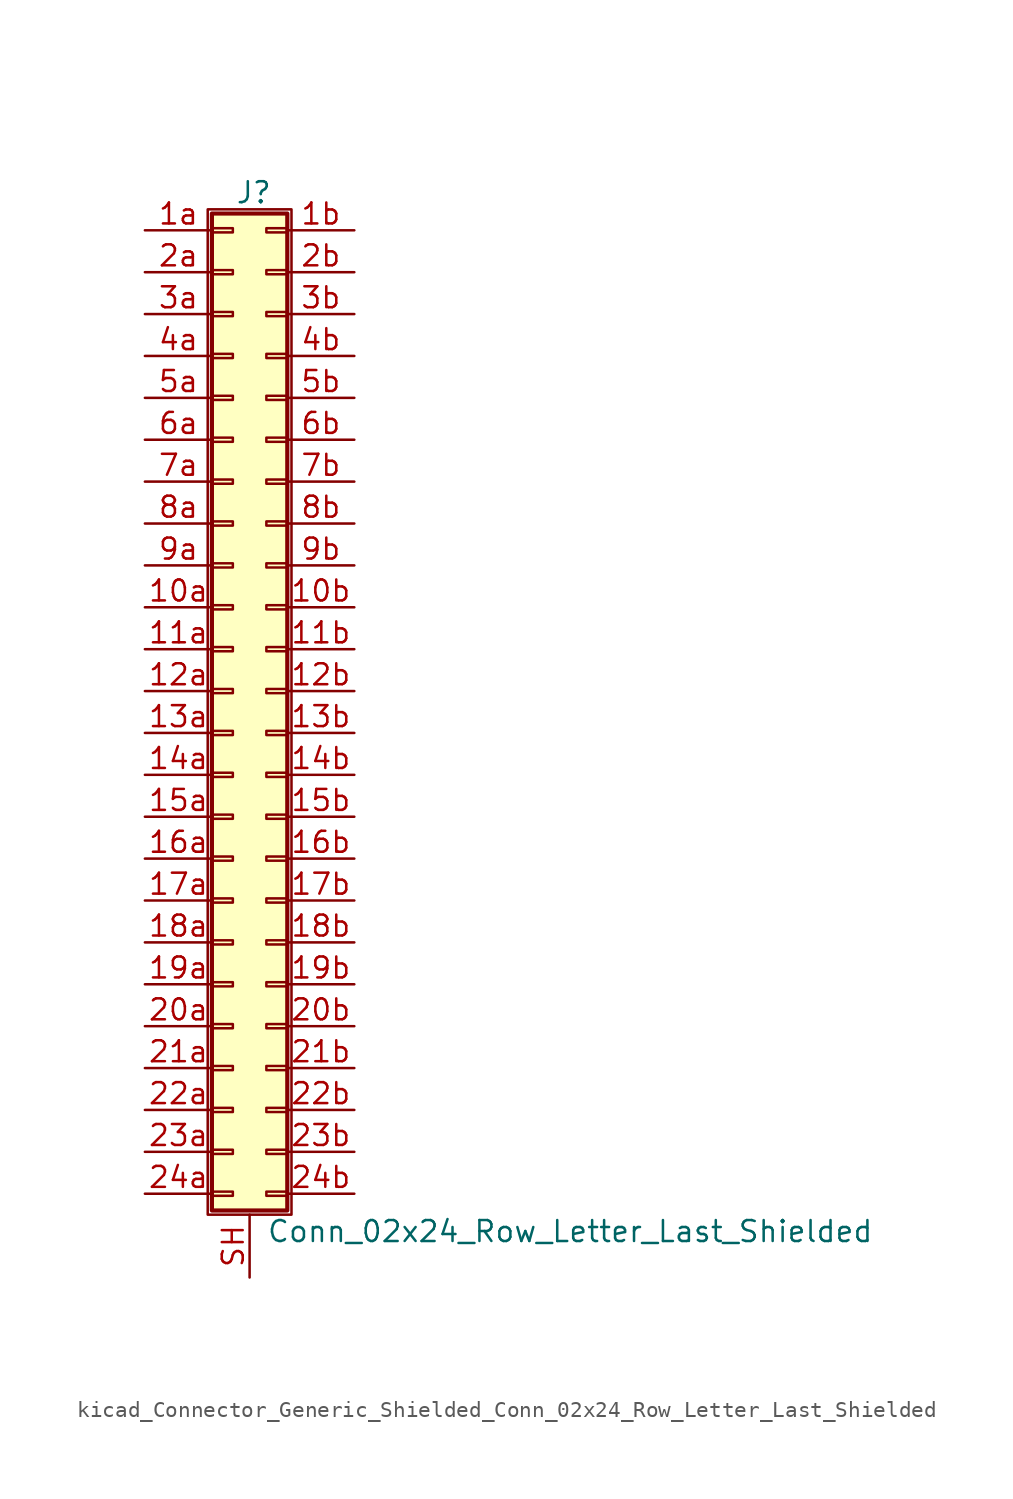
<source format=kicad_sym>
(kicad_symbol_lib
  (version 20220914)
  (generator kicad_symbol_editor)
  (symbol "kicad_Connector_Generic_Shielded_Conn_02x24_Row_Letter_Last_Shielded"
    (pin_names
      (offset 1.016) hide)
    (property "Reference" "J"
      (at 1.524 30.226 0)
      (effects (font (size 1.27 1.27))))
    (property "Value" "Conn_02x24_Row_Letter_Last_Shielded"
      (at 2.286 -32.766 0)
      (effects (font (size 1.27 1.27)) (justify left)))
    (symbol "kicad_Connector_Generic_Shielded_Conn_02x24_Row_Letter_Last_Shielded_1_1"
      (rectangle (start -1.27 29.21) (end 3.81 -31.75) (stroke (width 0.152) (type default)) (fill (type none)))
      (rectangle (start -1.016 -30.353) (end 0.254 -30.607) (stroke (width 0.152) (type default)) (fill (type none)))
      (rectangle (start -1.016 -27.813) (end 0.254 -28.067) (stroke (width 0.152) (type default)) (fill (type none)))
      (rectangle (start -1.016 -25.273) (end 0.254 -25.527) (stroke (width 0.152) (type default)) (fill (type none)))
      (rectangle (start -1.016 -22.733) (end 0.254 -22.987) (stroke (width 0.152) (type default)) (fill (type none)))
      (rectangle (start -1.016 -20.193) (end 0.254 -20.447) (stroke (width 0.152) (type default)) (fill (type none)))
      (rectangle (start -1.016 -17.653) (end 0.254 -17.907) (stroke (width 0.152) (type default)) (fill (type none)))
      (rectangle (start -1.016 -15.113) (end 0.254 -15.367) (stroke (width 0.152) (type default)) (fill (type none)))
      (rectangle (start -1.016 -12.573) (end 0.254 -12.827) (stroke (width 0.152) (type default)) (fill (type none)))
      (rectangle (start -1.016 -10.033) (end 0.254 -10.287) (stroke (width 0.152) (type default)) (fill (type none)))
      (rectangle (start -1.016 -7.493) (end 0.254 -7.747) (stroke (width 0.152) (type default)) (fill (type none)))
      (rectangle (start -1.016 -4.953) (end 0.254 -5.207) (stroke (width 0.152) (type default)) (fill (type none)))
      (rectangle (start -1.016 -2.413) (end 0.254 -2.667) (stroke (width 0.152) (type default)) (fill (type none)))
      (rectangle (start -1.016 0.127) (end 0.254 -0.127) (stroke (width 0.152) (type default)) (fill (type none)))
      (rectangle (start -1.016 2.667) (end 0.254 2.413) (stroke (width 0.152) (type default)) (fill (type none)))
      (rectangle (start -1.016 5.207) (end 0.254 4.953) (stroke (width 0.152) (type default)) (fill (type none)))
      (rectangle (start -1.016 7.747) (end 0.254 7.493) (stroke (width 0.152) (type default)) (fill (type none)))
      (rectangle (start -1.016 10.287) (end 0.254 10.033) (stroke (width 0.152) (type default)) (fill (type none)))
      (rectangle (start -1.016 12.827) (end 0.254 12.573) (stroke (width 0.152) (type default)) (fill (type none)))
      (rectangle (start -1.016 15.367) (end 0.254 15.113) (stroke (width 0.152) (type default)) (fill (type none)))
      (rectangle (start -1.016 17.907) (end 0.254 17.653) (stroke (width 0.152) (type default)) (fill (type none)))
      (rectangle (start -1.016 20.447) (end 0.254 20.193) (stroke (width 0.152) (type default)) (fill (type none)))
      (rectangle (start -1.016 22.987) (end 0.254 22.733) (stroke (width 0.152) (type default)) (fill (type none)))
      (rectangle (start -1.016 25.527) (end 0.254 25.273) (stroke (width 0.152) (type default)) (fill (type none)))
      (rectangle (start -1.016 28.067) (end 0.254 27.813) (stroke (width 0.152) (type default)) (fill (type none)))
      (rectangle (start -1.016 28.956) (end 3.556 -31.496) (stroke (width 0.254) (type default)) (fill (type background)))
      (rectangle (start 3.556 -30.353) (end 2.286 -30.607) (stroke (width 0.152) (type default)) (fill (type none)))
      (rectangle (start 3.556 -27.813) (end 2.286 -28.067) (stroke (width 0.152) (type default)) (fill (type none)))
      (rectangle (start 3.556 -25.273) (end 2.286 -25.527) (stroke (width 0.152) (type default)) (fill (type none)))
      (rectangle (start 3.556 -22.733) (end 2.286 -22.987) (stroke (width 0.152) (type default)) (fill (type none)))
      (rectangle (start 3.556 -20.193) (end 2.286 -20.447) (stroke (width 0.152) (type default)) (fill (type none)))
      (rectangle (start 3.556 -17.653) (end 2.286 -17.907) (stroke (width 0.152) (type default)) (fill (type none)))
      (rectangle (start 3.556 -15.113) (end 2.286 -15.367) (stroke (width 0.152) (type default)) (fill (type none)))
      (rectangle (start 3.556 -12.573) (end 2.286 -12.827) (stroke (width 0.152) (type default)) (fill (type none)))
      (rectangle (start 3.556 -10.033) (end 2.286 -10.287) (stroke (width 0.152) (type default)) (fill (type none)))
      (rectangle (start 3.556 -7.493) (end 2.286 -7.747) (stroke (width 0.152) (type default)) (fill (type none)))
      (rectangle (start 3.556 -4.953) (end 2.286 -5.207) (stroke (width 0.152) (type default)) (fill (type none)))
      (rectangle (start 3.556 -2.413) (end 2.286 -2.667) (stroke (width 0.152) (type default)) (fill (type none)))
      (rectangle (start 3.556 0.127) (end 2.286 -0.127) (stroke (width 0.152) (type default)) (fill (type none)))
      (rectangle (start 3.556 2.667) (end 2.286 2.413) (stroke (width 0.152) (type default)) (fill (type none)))
      (rectangle (start 3.556 5.207) (end 2.286 4.953) (stroke (width 0.152) (type default)) (fill (type none)))
      (rectangle (start 3.556 7.747) (end 2.286 7.493) (stroke (width 0.152) (type default)) (fill (type none)))
      (rectangle (start 3.556 10.287) (end 2.286 10.033) (stroke (width 0.152) (type default)) (fill (type none)))
      (rectangle (start 3.556 12.827) (end 2.286 12.573) (stroke (width 0.152) (type default)) (fill (type none)))
      (rectangle (start 3.556 15.367) (end 2.286 15.113) (stroke (width 0.152) (type default)) (fill (type none)))
      (rectangle (start 3.556 17.907) (end 2.286 17.653) (stroke (width 0.152) (type default)) (fill (type none)))
      (rectangle (start 3.556 20.447) (end 2.286 20.193) (stroke (width 0.152) (type default)) (fill (type none)))
      (rectangle (start 3.556 22.987) (end 2.286 22.733) (stroke (width 0.152) (type default)) (fill (type none)))
      (rectangle (start 3.556 25.527) (end 2.286 25.273) (stroke (width 0.152) (type default)) (fill (type none)))
      (rectangle (start 3.556 28.067) (end 2.286 27.813) (stroke (width 0.152) (type default)) (fill (type none)))
      (pin passive line (at -5.08 5.08 0) (length 4.064) (name "Pin_10a" (effects (font (size 1.27 1.27)))) (number "10a" (effects (font (size 1.27 1.27)))))
      (pin passive line (at 7.62 5.08 180) (length 4.064) (name "Pin_10b" (effects (font (size 1.27 1.27)))) (number "10b" (effects (font (size 1.27 1.27)))))
      (pin passive line (at -5.08 2.54 0) (length 4.064) (name "Pin_11a" (effects (font (size 1.27 1.27)))) (number "11a" (effects (font (size 1.27 1.27)))))
      (pin passive line (at 7.62 2.54 180) (length 4.064) (name "Pin_11b" (effects (font (size 1.27 1.27)))) (number "11b" (effects (font (size 1.27 1.27)))))
      (pin passive line (at -5.08 0 0) (length 4.064) (name "Pin_12a" (effects (font (size 1.27 1.27)))) (number "12a" (effects (font (size 1.27 1.27)))))
      (pin passive line (at 7.62 0 180) (length 4.064) (name "Pin_12b" (effects (font (size 1.27 1.27)))) (number "12b" (effects (font (size 1.27 1.27)))))
      (pin passive line (at -5.08 -2.54 0) (length 4.064) (name "Pin_13a" (effects (font (size 1.27 1.27)))) (number "13a" (effects (font (size 1.27 1.27)))))
      (pin passive line (at 7.62 -2.54 180) (length 4.064) (name "Pin_13b" (effects (font (size 1.27 1.27)))) (number "13b" (effects (font (size 1.27 1.27)))))
      (pin passive line (at -5.08 -5.08 0) (length 4.064) (name "Pin_14a" (effects (font (size 1.27 1.27)))) (number "14a" (effects (font (size 1.27 1.27)))))
      (pin passive line (at 7.62 -5.08 180) (length 4.064) (name "Pin_14b" (effects (font (size 1.27 1.27)))) (number "14b" (effects (font (size 1.27 1.27)))))
      (pin passive line (at -5.08 -7.62 0) (length 4.064) (name "Pin_15a" (effects (font (size 1.27 1.27)))) (number "15a" (effects (font (size 1.27 1.27)))))
      (pin passive line (at 7.62 -7.62 180) (length 4.064) (name "Pin_15b" (effects (font (size 1.27 1.27)))) (number "15b" (effects (font (size 1.27 1.27)))))
      (pin passive line (at -5.08 -10.16 0) (length 4.064) (name "Pin_16a" (effects (font (size 1.27 1.27)))) (number "16a" (effects (font (size 1.27 1.27)))))
      (pin passive line (at 7.62 -10.16 180) (length 4.064) (name "Pin_16b" (effects (font (size 1.27 1.27)))) (number "16b" (effects (font (size 1.27 1.27)))))
      (pin passive line (at -5.08 -12.7 0) (length 4.064) (name "Pin_17a" (effects (font (size 1.27 1.27)))) (number "17a" (effects (font (size 1.27 1.27)))))
      (pin passive line (at 7.62 -12.7 180) (length 4.064) (name "Pin_17b" (effects (font (size 1.27 1.27)))) (number "17b" (effects (font (size 1.27 1.27)))))
      (pin passive line (at -5.08 -15.24 0) (length 4.064) (name "Pin_18a" (effects (font (size 1.27 1.27)))) (number "18a" (effects (font (size 1.27 1.27)))))
      (pin passive line (at 7.62 -15.24 180) (length 4.064) (name "Pin_18b" (effects (font (size 1.27 1.27)))) (number "18b" (effects (font (size 1.27 1.27)))))
      (pin passive line (at -5.08 -17.78 0) (length 4.064) (name "Pin_19a" (effects (font (size 1.27 1.27)))) (number "19a" (effects (font (size 1.27 1.27)))))
      (pin passive line (at 7.62 -17.78 180) (length 4.064) (name "Pin_19b" (effects (font (size 1.27 1.27)))) (number "19b" (effects (font (size 1.27 1.27)))))
      (pin passive line (at -5.08 27.94 0) (length 4.064) (name "Pin_1a" (effects (font (size 1.27 1.27)))) (number "1a" (effects (font (size 1.27 1.27)))))
      (pin passive line (at 7.62 27.94 180) (length 4.064) (name "Pin_1b" (effects (font (size 1.27 1.27)))) (number "1b" (effects (font (size 1.27 1.27)))))
      (pin passive line (at -5.08 -20.32 0) (length 4.064) (name "Pin_20a" (effects (font (size 1.27 1.27)))) (number "20a" (effects (font (size 1.27 1.27)))))
      (pin passive line (at 7.62 -20.32 180) (length 4.064) (name "Pin_20b" (effects (font (size 1.27 1.27)))) (number "20b" (effects (font (size 1.27 1.27)))))
      (pin passive line (at -5.08 -22.86 0) (length 4.064) (name "Pin_21a" (effects (font (size 1.27 1.27)))) (number "21a" (effects (font (size 1.27 1.27)))))
      (pin passive line (at 7.62 -22.86 180) (length 4.064) (name "Pin_21b" (effects (font (size 1.27 1.27)))) (number "21b" (effects (font (size 1.27 1.27)))))
      (pin passive line (at -5.08 -25.4 0) (length 4.064) (name "Pin_22a" (effects (font (size 1.27 1.27)))) (number "22a" (effects (font (size 1.27 1.27)))))
      (pin passive line (at 7.62 -25.4 180) (length 4.064) (name "Pin_22b" (effects (font (size 1.27 1.27)))) (number "22b" (effects (font (size 1.27 1.27)))))
      (pin passive line (at -5.08 -27.94 0) (length 4.064) (name "Pin_23a" (effects (font (size 1.27 1.27)))) (number "23a" (effects (font (size 1.27 1.27)))))
      (pin passive line (at 7.62 -27.94 180) (length 4.064) (name "Pin_23b" (effects (font (size 1.27 1.27)))) (number "23b" (effects (font (size 1.27 1.27)))))
      (pin passive line (at -5.08 -30.48 0) (length 4.064) (name "Pin_24a" (effects (font (size 1.27 1.27)))) (number "24a" (effects (font (size 1.27 1.27)))))
      (pin passive line (at 7.62 -30.48 180) (length 4.064) (name "Pin_24b" (effects (font (size 1.27 1.27)))) (number "24b" (effects (font (size 1.27 1.27)))))
      (pin passive line (at -5.08 25.4 0) (length 4.064) (name "Pin_2a" (effects (font (size 1.27 1.27)))) (number "2a" (effects (font (size 1.27 1.27)))))
      (pin passive line (at 7.62 25.4 180) (length 4.064) (name "Pin_2b" (effects (font (size 1.27 1.27)))) (number "2b" (effects (font (size 1.27 1.27)))))
      (pin passive line (at -5.08 22.86 0) (length 4.064) (name "Pin_3a" (effects (font (size 1.27 1.27)))) (number "3a" (effects (font (size 1.27 1.27)))))
      (pin passive line (at 7.62 22.86 180) (length 4.064) (name "Pin_3b" (effects (font (size 1.27 1.27)))) (number "3b" (effects (font (size 1.27 1.27)))))
      (pin passive line (at -5.08 20.32 0) (length 4.064) (name "Pin_4a" (effects (font (size 1.27 1.27)))) (number "4a" (effects (font (size 1.27 1.27)))))
      (pin passive line (at 7.62 20.32 180) (length 4.064) (name "Pin_4b" (effects (font (size 1.27 1.27)))) (number "4b" (effects (font (size 1.27 1.27)))))
      (pin passive line (at -5.08 17.78 0) (length 4.064) (name "Pin_5a" (effects (font (size 1.27 1.27)))) (number "5a" (effects (font (size 1.27 1.27)))))
      (pin passive line (at 7.62 17.78 180) (length 4.064) (name "Pin_5b" (effects (font (size 1.27 1.27)))) (number "5b" (effects (font (size 1.27 1.27)))))
      (pin passive line (at -5.08 15.24 0) (length 4.064) (name "Pin_6a" (effects (font (size 1.27 1.27)))) (number "6a" (effects (font (size 1.27 1.27)))))
      (pin passive line (at 7.62 15.24 180) (length 4.064) (name "Pin_6b" (effects (font (size 1.27 1.27)))) (number "6b" (effects (font (size 1.27 1.27)))))
      (pin passive line (at -5.08 12.7 0) (length 4.064) (name "Pin_7a" (effects (font (size 1.27 1.27)))) (number "7a" (effects (font (size 1.27 1.27)))))
      (pin passive line (at 7.62 12.7 180) (length 4.064) (name "Pin_7b" (effects (font (size 1.27 1.27)))) (number "7b" (effects (font (size 1.27 1.27)))))
      (pin passive line (at -5.08 10.16 0) (length 4.064) (name "Pin_8a" (effects (font (size 1.27 1.27)))) (number "8a" (effects (font (size 1.27 1.27)))))
      (pin passive line (at 7.62 10.16 180) (length 4.064) (name "Pin_8b" (effects (font (size 1.27 1.27)))) (number "8b" (effects (font (size 1.27 1.27)))))
      (pin passive line (at -5.08 7.62 0) (length 4.064) (name "Pin_9a" (effects (font (size 1.27 1.27)))) (number "9a" (effects (font (size 1.27 1.27)))))
      (pin passive line (at 7.62 7.62 180) (length 4.064) (name "Pin_9b" (effects (font (size 1.27 1.27)))) (number "9b" (effects (font (size 1.27 1.27)))))
      (pin passive line (at 1.27 -35.56 90) (length 3.81) (name "Shield" (effects (font (size 1.27 1.27)))) (number "SH" (effects (font (size 1.27 1.27))))))))
</source>
